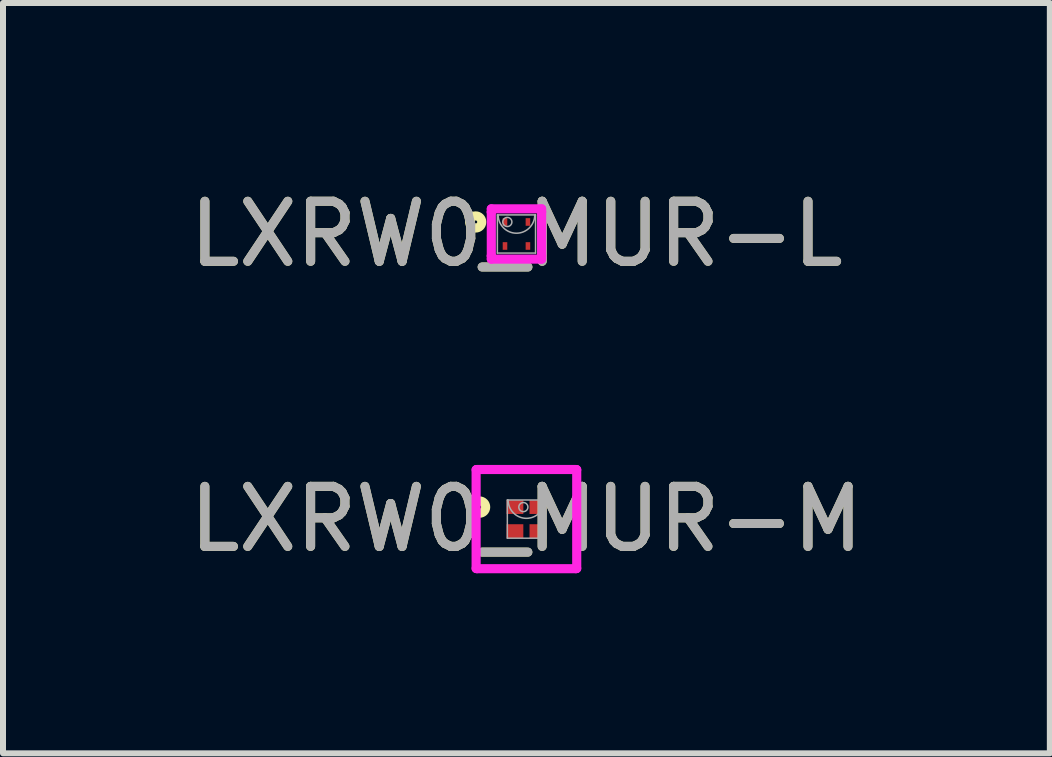
<source format=kicad_pcb>
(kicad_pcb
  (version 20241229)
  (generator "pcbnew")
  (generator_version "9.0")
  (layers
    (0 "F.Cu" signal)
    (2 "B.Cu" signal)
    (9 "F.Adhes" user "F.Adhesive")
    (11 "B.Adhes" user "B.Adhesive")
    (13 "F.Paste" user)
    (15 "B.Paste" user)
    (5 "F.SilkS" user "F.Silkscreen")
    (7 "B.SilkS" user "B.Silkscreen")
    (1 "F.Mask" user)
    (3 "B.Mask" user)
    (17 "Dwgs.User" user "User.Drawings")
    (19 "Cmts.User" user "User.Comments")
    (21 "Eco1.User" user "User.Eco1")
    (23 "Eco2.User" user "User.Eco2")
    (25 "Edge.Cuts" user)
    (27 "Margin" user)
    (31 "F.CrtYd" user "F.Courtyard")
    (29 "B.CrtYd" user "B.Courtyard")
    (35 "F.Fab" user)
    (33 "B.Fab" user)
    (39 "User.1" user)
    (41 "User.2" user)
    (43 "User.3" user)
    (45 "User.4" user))
  (footprint "LXRW0_MUR-L"
    (layer "F.Cu")
    (at 5.554 0.848)
    (property "Reference" "LXRW0_MUR-L" (at 0 0 0) (unlocked yes) (layer "F.SilkS") (effects (font (size 1 1) (thickness 0.15))))
    (attr smd)
    (fp_circle (center -0.679 -0.2) (end -0.578 -0.2) (stroke (width 0.152) (type solid)) (fill no) (layer "F.SilkS"))
    (fp_line (start -0.419 -0.419) (end 0.419 -0.419) (stroke (width 0.152) (type solid)) (layer "F.CrtYd"))
    (fp_line (start -0.419 -0.365) (end -0.419 -0.419) (stroke (width 0.152) (type solid)) (layer "F.CrtYd"))
    (fp_line (start -0.419 -0.365) (end -0.419 -0.365) (stroke (width 0.152) (type solid)) (layer "F.CrtYd"))
    (fp_line (start -0.419 0.365) (end -0.419 -0.365) (stroke (width 0.152) (type solid)) (layer "F.CrtYd"))
    (fp_line (start -0.419 0.365) (end -0.419 0.365) (stroke (width 0.152) (type solid)) (layer "F.CrtYd"))
    (fp_line (start -0.419 0.419) (end -0.419 0.365) (stroke (width 0.152) (type solid)) (layer "F.CrtYd"))
    (fp_line (start 0.419 -0.419) (end 0.419 -0.365) (stroke (width 0.152) (type solid)) (layer "F.CrtYd"))
    (fp_line (start 0.419 -0.365) (end 0.419 -0.365) (stroke (width 0.152) (type solid)) (layer "F.CrtYd"))
    (fp_line (start 0.419 -0.365) (end 0.419 0.365) (stroke (width 0.152) (type solid)) (layer "F.CrtYd"))
    (fp_line (start 0.419 0.365) (end 0.419 0.365) (stroke (width 0.152) (type solid)) (layer "F.CrtYd"))
    (fp_line (start 0.419 0.365) (end 0.419 0.419) (stroke (width 0.152) (type solid)) (layer "F.CrtYd"))
    (fp_line (start 0.419 0.419) (end -0.419 0.419) (stroke (width 0.152) (type solid)) (layer "F.CrtYd"))
    (fp_line (start -0.318 -0.318) (end -0.318 0.318) (stroke (width 0.025) (type solid)) (layer "F.Fab"))
    (fp_line (start -0.318 0.318) (end 0.318 0.318) (stroke (width 0.025) (type solid)) (layer "F.Fab"))
    (fp_line (start 0.318 -0.318) (end -0.318 -0.318) (stroke (width 0.025) (type solid)) (layer "F.Fab"))
    (fp_line (start 0.318 0.318) (end 0.318 -0.318) (stroke (width 0.025) (type solid)) (layer "F.Fab"))
    (fp_arc (start 0.3048 -0.3175) (mid 0 -0.0127) (end -0.3048 -0.3175) (stroke (width 0.0254) (type solid)) (layer "F.Fab"))
    (fp_circle (center -0.152 -0.2) (end -0.076 -0.2) (stroke (width 0.025) (type solid)) (fill no) (layer "F.Fab"))
    (fp_text user "${REFERENCE}" (at 0 0 0) (unlocked yes) (layer "F.Fab") (effects (font (size 1 1) (thickness 0.15))))
    (pad "1" smd rect (at -0.191 -0.2) (size 0.076 0.127) (layers "F.Cu" "F.Mask" "F.Paste"))
    (pad "2" smd rect (at -0.191 0.2) (size 0.076 0.127) (layers "F.Cu" "F.Mask" "F.Paste"))
    (pad "3" smd rect (at 0.191 0.2) (size 0.076 0.127) (layers "F.Cu" "F.Mask" "F.Paste"))
    (pad "4" smd rect (at 0.191 -0.2) (size 0.076 0.127) (layers "F.Cu" "F.Mask" "F.Paste")))
  (footprint "LXRW0_MUR-M"
    (layer "F.Cu")
    (at 5.72 5.598)
    (property "Reference" "LXRW0_MUR-M" (at 0 0 0) (unlocked yes) (layer "F.SilkS") (effects (font (size 1 1) (thickness 0.15))))
    (attr smd)
    (fp_circle (center -0.781 -0.2) (end -0.679 -0.2) (stroke (width 0.152) (type solid)) (fill no) (layer "F.SilkS"))
    (fp_line (start -0.838 -0.822) (end -0.826 -0.822) (stroke (width 0.152) (type solid)) (layer "F.CrtYd"))
    (fp_line (start -0.838 0.822) (end -0.838 -0.822) (stroke (width 0.152) (type solid)) (layer "F.CrtYd"))
    (fp_line (start -0.838 0.822) (end -0.826 0.822) (stroke (width 0.152) (type solid)) (layer "F.CrtYd"))
    (fp_line (start -0.826 -0.826) (end 0.826 -0.826) (stroke (width 0.152) (type solid)) (layer "F.CrtYd"))
    (fp_line (start -0.826 -0.822) (end -0.826 -0.826) (stroke (width 0.152) (type solid)) (layer "F.CrtYd"))
    (fp_line (start -0.826 0.826) (end -0.826 0.822) (stroke (width 0.152) (type solid)) (layer "F.CrtYd"))
    (fp_line (start 0.826 -0.826) (end 0.826 -0.822) (stroke (width 0.152) (type solid)) (layer "F.CrtYd"))
    (fp_line (start 0.826 0.822) (end 0.826 0.826) (stroke (width 0.152) (type solid)) (layer "F.CrtYd"))
    (fp_line (start 0.826 0.826) (end -0.826 0.826) (stroke (width 0.152) (type solid)) (layer "F.CrtYd"))
    (fp_line (start 0.838 -0.822) (end 0.826 -0.822) (stroke (width 0.152) (type solid)) (layer "F.CrtYd"))
    (fp_line (start 0.838 -0.822) (end 0.838 0.822) (stroke (width 0.152) (type solid)) (layer "F.CrtYd"))
    (fp_line (start 0.838 0.822) (end 0.826 0.822) (stroke (width 0.152) (type solid)) (layer "F.CrtYd"))
    (fp_line (start -0.318 -0.318) (end -0.318 0.318) (stroke (width 0.025) (type solid)) (layer "F.Fab"))
    (fp_line (start -0.318 0.318) (end 0.318 0.318) (stroke (width 0.025) (type solid)) (layer "F.Fab"))
    (fp_line (start 0.318 -0.318) (end -0.318 -0.318) (stroke (width 0.025) (type solid)) (layer "F.Fab"))
    (fp_line (start 0.318 0.318) (end 0.318 -0.318) (stroke (width 0.025) (type solid)) (layer "F.Fab"))
    (fp_arc (start 0.3048 -0.3175) (mid 0 -0.0127) (end -0.3048 -0.3175) (stroke (width 0.0254) (type solid)) (layer "F.Fab"))
    (fp_circle (center -0.051 -0.2) (end 0.025 -0.2) (stroke (width 0.025) (type solid)) (fill no) (layer "F.Fab"))
    (fp_text user "${REFERENCE}" (at 0 0 0) (unlocked yes) (layer "F.Fab") (effects (font (size 1 1) (thickness 0.15))))
    (pad "1" smd rect (at -0.191 -0.2) (size 0.279 0.229) (layers "F.Cu" "F.Mask" "F.Paste"))
    (pad "2" smd rect (at -0.191 0.2) (size 0.279 0.229) (layers "F.Cu" "F.Mask" "F.Paste"))
    (pad "3" smd rect (at 0.191 0.2) (size 0.279 0.229) (layers "F.Cu" "F.Mask" "F.Paste"))
    (pad "4" smd rect (at 0.191 -0.2) (size 0.279 0.229) (layers "F.Cu" "F.Mask" "F.Paste")))
  (gr_rect
    (start -3 -3)
    (end 14.44 9.5)
    (stroke (width 0.1) (type default))
    (fill no)
    (layer "Edge.Cuts")))
</source>
